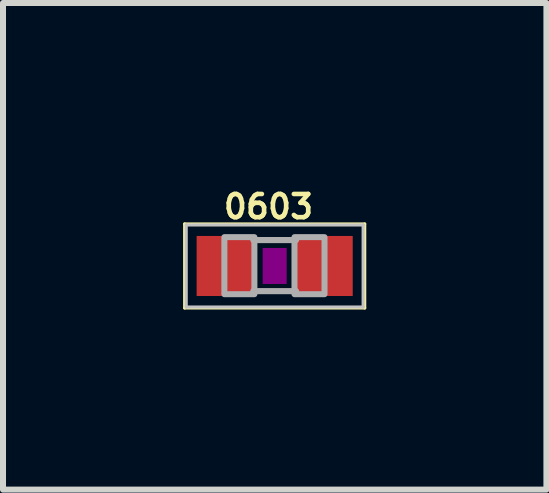
<source format=kicad_pcb>
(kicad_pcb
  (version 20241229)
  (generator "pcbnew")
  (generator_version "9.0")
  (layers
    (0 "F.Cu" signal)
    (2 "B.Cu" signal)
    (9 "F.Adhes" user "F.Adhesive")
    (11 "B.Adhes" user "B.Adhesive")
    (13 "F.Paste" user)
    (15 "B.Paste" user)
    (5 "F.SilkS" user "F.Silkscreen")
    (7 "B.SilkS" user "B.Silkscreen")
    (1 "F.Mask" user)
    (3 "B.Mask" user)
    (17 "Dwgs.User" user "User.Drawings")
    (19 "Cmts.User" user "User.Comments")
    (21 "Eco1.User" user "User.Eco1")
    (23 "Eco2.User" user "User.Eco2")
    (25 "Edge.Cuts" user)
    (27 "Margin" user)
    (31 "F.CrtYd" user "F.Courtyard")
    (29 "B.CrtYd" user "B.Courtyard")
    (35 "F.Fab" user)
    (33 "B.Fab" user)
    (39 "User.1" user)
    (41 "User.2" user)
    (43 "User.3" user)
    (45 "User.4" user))
  (footprint "0603"
    (layer "F.Cu")
    (at 1.525 1.38)
    (property "Reference" "0603" (at -0.889 -0.762 180) (layer "F.SilkS") (effects (font (size 0.386 0.386) (thickness 0.077)) (justify left bottom)))
    (attr through_hole)
    (fp_line (start -1.5 -0.7) (end 1.5 -0.7) (stroke (width 0.051) (type solid)) (layer "F.SilkS"))
    (fp_line (start -1.5 0.7) (end -1.5 -0.7) (stroke (width 0.051) (type solid)) (layer "F.SilkS"))
    (fp_line (start 1.5 -0.7) (end 1.5 0.7) (stroke (width 0.051) (type solid)) (layer "F.SilkS"))
    (fp_line (start 1.5 0.7) (end -1.5 0.7) (stroke (width 0.051) (type solid)) (layer "F.SilkS"))
    (fp_poly (pts (xy -0.2 0.3) (xy 0.2 0.3) (xy 0.2 -0.3) (xy -0.2 -0.3)) (stroke (width 0) (type solid)) (fill yes) (layer "F.Adhes"))
    (fp_line (start -1.473 -0.683) (end 1.473 -0.683) (stroke (width 0.051) (type solid)) (layer "Dwgs.User"))
    (fp_line (start -1.473 0.683) (end -1.473 -0.683) (stroke (width 0.051) (type solid)) (layer "Dwgs.User"))
    (fp_line (start 1.473 -0.683) (end 1.473 0.683) (stroke (width 0.051) (type solid)) (layer "Dwgs.User"))
    (fp_line (start 1.473 0.683) (end -1.473 0.683) (stroke (width 0.051) (type solid)) (layer "Dwgs.User"))
    (fp_line (start -0.356 -0.432) (end 0.356 -0.432) (stroke (width 0.102) (type solid)) (layer "F.Fab"))
    (fp_line (start -0.356 0.419) (end 0.356 0.419) (stroke (width 0.102) (type solid)) (layer "F.Fab"))
    (fp_poly (pts (xy -0.838 0.47) (xy -0.338 0.47) (xy -0.338 -0.48) (xy -0.838 -0.48)) (stroke (width 0.1) (type solid)) (fill no) (layer "F.Fab"))
    (fp_poly (pts (xy 0.33 0.47) (xy 0.83 0.47) (xy 0.83 -0.48) (xy 0.33 -0.48)) (stroke (width 0.1) (type solid)) (fill no) (layer "F.Fab"))
    (pad "1" smd rect (at -0.8 0) (size 1 1) (layers "F.Cu" "F.Mask" "F.Paste"))
    (pad "2" smd rect (at 0.8 0) (size 1 1) (layers "F.Cu" "F.Mask" "F.Paste")))
  (gr_rect
    (start -3 -3)
    (end 6.051 5.105)
    (stroke (width 0.1) (type default))
    (fill no)
    (layer "Edge.Cuts")))
</source>
